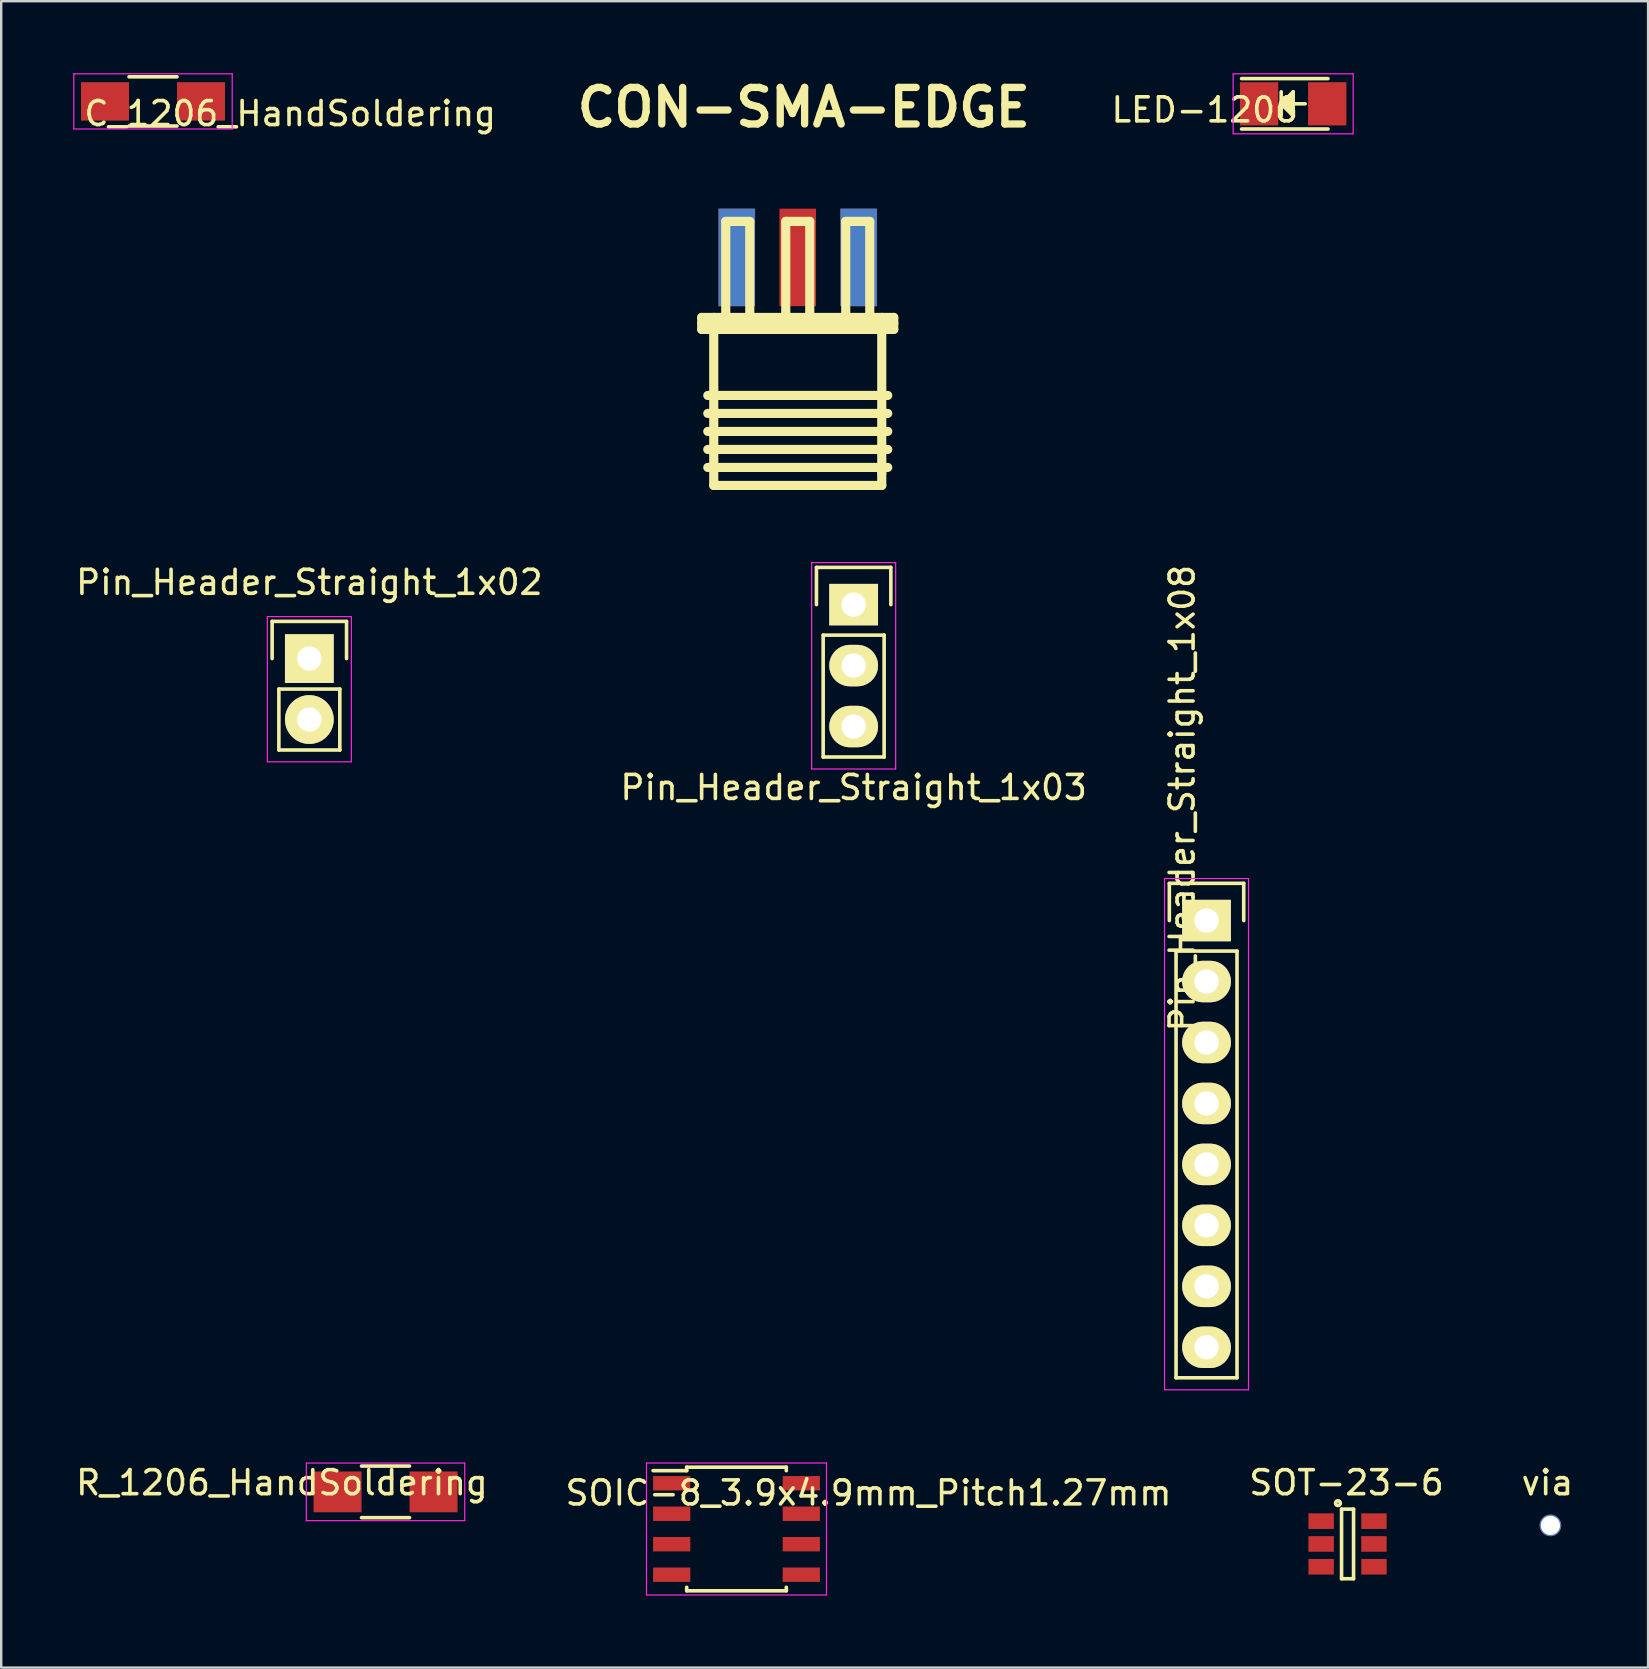
<source format=kicad_pcb>
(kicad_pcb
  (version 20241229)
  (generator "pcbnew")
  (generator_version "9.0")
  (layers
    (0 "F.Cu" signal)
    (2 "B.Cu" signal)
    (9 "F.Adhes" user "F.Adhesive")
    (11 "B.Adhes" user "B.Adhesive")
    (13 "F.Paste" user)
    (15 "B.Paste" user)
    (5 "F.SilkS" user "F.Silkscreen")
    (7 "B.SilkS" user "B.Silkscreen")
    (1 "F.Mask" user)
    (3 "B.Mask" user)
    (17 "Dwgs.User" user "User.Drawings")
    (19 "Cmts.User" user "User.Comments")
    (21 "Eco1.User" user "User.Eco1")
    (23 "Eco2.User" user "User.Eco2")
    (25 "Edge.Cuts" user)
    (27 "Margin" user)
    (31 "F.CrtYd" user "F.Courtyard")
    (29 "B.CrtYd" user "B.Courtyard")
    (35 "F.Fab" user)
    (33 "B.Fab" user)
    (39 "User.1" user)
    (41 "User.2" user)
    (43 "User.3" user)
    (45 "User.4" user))
  (footprint "Pin_Header_Straight_1x03"
    (layer "F.Cu")
    (at 32.518 22.142)
    (property "Reference" "Pin_Header_Straight_1x03" (at 0 7.62 0) (layer "F.SilkS") (effects (font (size 1 1) (thickness 0.15))))
    (attr through_hole)
    (fp_line (start -1.55 -1.55) (end 1.55 -1.55) (stroke (width 0.15) (type solid)) (layer "F.SilkS"))
    (fp_line (start -1.55 0) (end -1.55 -1.55) (stroke (width 0.15) (type solid)) (layer "F.SilkS"))
    (fp_line (start -1.27 1.27) (end -1.27 6.35) (stroke (width 0.15) (type solid)) (layer "F.SilkS"))
    (fp_line (start -1.27 6.35) (end 1.27 6.35) (stroke (width 0.15) (type solid)) (layer "F.SilkS"))
    (fp_line (start 1.27 1.27) (end -1.27 1.27) (stroke (width 0.15) (type solid)) (layer "F.SilkS"))
    (fp_line (start 1.27 6.35) (end 1.27 1.27) (stroke (width 0.15) (type solid)) (layer "F.SilkS"))
    (fp_line (start 1.55 -1.55) (end 1.55 0) (stroke (width 0.15) (type solid)) (layer "F.SilkS"))
    (fp_line (start -1.75 -1.75) (end -1.75 6.85) (stroke (width 0.05) (type solid)) (layer "F.CrtYd"))
    (fp_line (start -1.75 -1.75) (end 1.75 -1.75) (stroke (width 0.05) (type solid)) (layer "F.CrtYd"))
    (fp_line (start -1.75 6.85) (end 1.75 6.85) (stroke (width 0.05) (type solid)) (layer "F.CrtYd"))
    (fp_line (start 1.75 -1.75) (end 1.75 6.85) (stroke (width 0.05) (type solid)) (layer "F.CrtYd"))
    (pad "1" thru_hole rect (at 0 0) (size 2.032 1.727) (drill 1.016) (layers "*.Cu" "*.Mask" "F.SilkS"))
    (pad "2" thru_hole oval (at 0 2.54) (size 2.032 1.727) (drill 1.016) (layers "*.Cu" "*.Mask" "F.SilkS"))
    (pad "3" thru_hole oval (at 0 5.08) (size 2.032 1.727) (drill 1.016) (layers "*.Cu" "*.Mask" "F.SilkS")))
  (footprint "Pin_Header_Straight_1x08"
    (layer "F.Cu")
    (at 47.221 35.306)
    (property "Reference" "Pin_Header_Straight_1x08" (at -1.016 -5.1 90) (layer "F.SilkS") (effects (font (size 1 1) (thickness 0.15))))
    (attr through_hole)
    (fp_line (start -1.55 -1.55) (end 1.55 -1.55) (stroke (width 0.15) (type solid)) (layer "F.SilkS"))
    (fp_line (start -1.55 0) (end -1.55 -1.55) (stroke (width 0.15) (type solid)) (layer "F.SilkS"))
    (fp_line (start -1.27 19.05) (end -1.27 1.27) (stroke (width 0.15) (type solid)) (layer "F.SilkS"))
    (fp_line (start 1.27 1.27) (end -1.27 1.27) (stroke (width 0.15) (type solid)) (layer "F.SilkS"))
    (fp_line (start 1.27 1.27) (end 1.27 19.05) (stroke (width 0.15) (type solid)) (layer "F.SilkS"))
    (fp_line (start 1.27 19.05) (end -1.27 19.05) (stroke (width 0.15) (type solid)) (layer "F.SilkS"))
    (fp_line (start 1.55 -1.55) (end 1.55 0) (stroke (width 0.15) (type solid)) (layer "F.SilkS"))
    (fp_line (start -1.75 -1.75) (end -1.75 19.55) (stroke (width 0.05) (type solid)) (layer "F.CrtYd"))
    (fp_line (start -1.75 -1.75) (end 1.75 -1.75) (stroke (width 0.05) (type solid)) (layer "F.CrtYd"))
    (fp_line (start -1.75 19.55) (end 1.75 19.55) (stroke (width 0.05) (type solid)) (layer "F.CrtYd"))
    (fp_line (start 1.75 -1.75) (end 1.75 19.55) (stroke (width 0.05) (type solid)) (layer "F.CrtYd"))
    (pad "1" thru_hole rect (at 0 0) (size 2.032 1.727) (drill 1.016) (layers "*.Cu" "*.Mask" "F.SilkS"))
    (pad "2" thru_hole oval (at 0 2.54) (size 2.032 1.727) (drill 1.016) (layers "*.Cu" "*.Mask" "F.SilkS"))
    (pad "3" thru_hole oval (at 0 5.08) (size 2.032 1.727) (drill 1.016) (layers "*.Cu" "*.Mask" "F.SilkS"))
    (pad "4" thru_hole oval (at 0 7.62) (size 2.032 1.727) (drill 1.016) (layers "*.Cu" "*.Mask" "F.SilkS"))
    (pad "5" thru_hole oval (at 0 10.16) (size 2.032 1.727) (drill 1.016) (layers "*.Cu" "*.Mask" "F.SilkS"))
    (pad "6" thru_hole oval (at 0 12.7) (size 2.032 1.727) (drill 1.016) (layers "*.Cu" "*.Mask" "F.SilkS"))
    (pad "7" thru_hole oval (at 0 15.24) (size 2.032 1.727) (drill 1.016) (layers "*.Cu" "*.Mask" "F.SilkS"))
    (pad "8" thru_hole oval (at 0 17.78) (size 2.032 1.727) (drill 1.016) (layers "*.Cu" "*.Mask" "F.SilkS")))
  (footprint "via"
    (layer "F.Cu")
    (at 61.55 60.507)
    (property "Reference" "via" (at -0.127 -1.778 0) (layer "F.SilkS") (effects (font (size 1 1) (thickness 0.15))))
    (attr through_hole)
    (pad "1" thru_hole circle (at 0 0) (size 0.9 0.9) (drill 0.8) (layers "*.Cu")))
  (footprint "Pin_Header_Straight_1x02"
    (layer "F.Cu")
    (at 9.839 24.39)
    (property "Reference" "Pin_Header_Straight_1x02" (at 0 -3.175 0) (layer "F.SilkS") (effects (font (size 1 1) (thickness 0.15))))
    (attr through_hole)
    (fp_line (start -1.55 -1.55) (end 1.55 -1.55) (stroke (width 0.15) (type solid)) (layer "F.SilkS"))
    (fp_line (start -1.55 0) (end -1.55 -1.55) (stroke (width 0.15) (type solid)) (layer "F.SilkS"))
    (fp_line (start -1.27 1.27) (end -1.27 3.81) (stroke (width 0.15) (type solid)) (layer "F.SilkS"))
    (fp_line (start -1.27 3.81) (end 1.27 3.81) (stroke (width 0.15) (type solid)) (layer "F.SilkS"))
    (fp_line (start 1.27 1.27) (end -1.27 1.27) (stroke (width 0.15) (type solid)) (layer "F.SilkS"))
    (fp_line (start 1.27 1.27) (end 1.27 3.81) (stroke (width 0.15) (type solid)) (layer "F.SilkS"))
    (fp_line (start 1.55 -1.55) (end 1.55 0) (stroke (width 0.15) (type solid)) (layer "F.SilkS"))
    (fp_line (start -1.75 -1.75) (end -1.75 4.3) (stroke (width 0.05) (type solid)) (layer "F.CrtYd"))
    (fp_line (start -1.75 -1.75) (end 1.75 -1.75) (stroke (width 0.05) (type solid)) (layer "F.CrtYd"))
    (fp_line (start -1.75 4.3) (end 1.75 4.3) (stroke (width 0.05) (type solid)) (layer "F.CrtYd"))
    (fp_line (start 1.75 -1.75) (end 1.75 4.3) (stroke (width 0.05) (type solid)) (layer "F.CrtYd"))
    (pad "1" thru_hole rect (at 0 0) (size 2.032 2.032) (drill 1.016) (layers "*.Cu" "*.Mask" "F.SilkS"))
    (pad "2" thru_hole oval (at 0 2.54) (size 2.032 2.032) (drill 1.016) (layers "*.Cu" "*.Mask" "F.SilkS")))
  (footprint "R_1206_HandSoldering"
    (layer "F.Cu")
    (at 13.014 59.11)
    (property "Reference" "R_1206_HandSoldering" (at -4.318 -0.381 0) (layer "F.SilkS") (effects (font (size 1 1) (thickness 0.15))))
    (attr smd)
    (fp_line (start -1 -1.075) (end 1 -1.075) (stroke (width 0.15) (type solid)) (layer "F.SilkS"))
    (fp_line (start 1 1.075) (end -1 1.075) (stroke (width 0.15) (type solid)) (layer "F.SilkS"))
    (fp_line (start -3.3 -1.2) (end -3.3 1.2) (stroke (width 0.05) (type solid)) (layer "F.CrtYd"))
    (fp_line (start -3.3 -1.2) (end 3.3 -1.2) (stroke (width 0.05) (type solid)) (layer "F.CrtYd"))
    (fp_line (start -3.3 1.2) (end 3.3 1.2) (stroke (width 0.05) (type solid)) (layer "F.CrtYd"))
    (fp_line (start 3.3 -1.2) (end 3.3 1.2) (stroke (width 0.05) (type solid)) (layer "F.CrtYd"))
    (pad "1" smd rect (at -2 0) (size 2 1.7) (layers "F.Cu" "F.Mask" "F.Paste"))
    (pad "2" smd rect (at 2 0) (size 2 1.7) (layers "F.Cu" "F.Mask" "F.Paste")))
  (footprint "CON-SMA-EDGE"
    (layer "F.Cu")
    (at 30.189 7.676)
    (property "Reference" "CON-SMA-EDGE" (at 0.25 -6.25 0) (layer "F.SilkS") (effects (font (size 1.524 1.524) (thickness 0.305))))
    (attr through_hole)
    (fp_line (start -4 2.499) (end 4 2.499) (stroke (width 0.381) (type solid)) (layer "F.SilkS"))
    (fp_line (start -4 3) (end -4 2.499) (stroke (width 0.381) (type solid)) (layer "F.SilkS"))
    (fp_line (start -4 3) (end 4 3) (stroke (width 0.381) (type solid)) (layer "F.SilkS"))
    (fp_line (start -3.749 5.751) (end 3.749 5.751) (stroke (width 0.381) (type solid)) (layer "F.SilkS"))
    (fp_line (start -3.749 8.001) (end 3.749 8.001) (stroke (width 0.381) (type solid)) (layer "F.SilkS"))
    (fp_line (start -3.5 9.5) (end -3.5 2.499) (stroke (width 0.381) (type solid)) (layer "F.SilkS"))
    (fp_line (start -3.5 9.5) (end 3.5 9.5) (stroke (width 0.381) (type solid)) (layer "F.SilkS"))
    (fp_line (start -3 -1.501) (end -1.999 -1.501) (stroke (width 0.381) (type solid)) (layer "F.SilkS"))
    (fp_line (start -3 2.499) (end -3 -1.501) (stroke (width 0.381) (type solid)) (layer "F.SilkS"))
    (fp_line (start -1.999 -1.501) (end -1.999 2.499) (stroke (width 0.381) (type solid)) (layer "F.SilkS"))
    (fp_line (start -0.5 -1.501) (end 0.5 -1.501) (stroke (width 0.381) (type solid)) (layer "F.SilkS"))
    (fp_line (start -0.5 2.499) (end -0.5 -1.501) (stroke (width 0.381) (type solid)) (layer "F.SilkS"))
    (fp_line (start 0.5 -1.501) (end 0.5 2.499) (stroke (width 0.381) (type solid)) (layer "F.SilkS"))
    (fp_line (start 1.999 -1.501) (end 3 -1.501) (stroke (width 0.381) (type solid)) (layer "F.SilkS"))
    (fp_line (start 1.999 2.499) (end 1.999 -1.501) (stroke (width 0.381) (type solid)) (layer "F.SilkS"))
    (fp_line (start 3 -1.501) (end 3 2.499) (stroke (width 0.381) (type solid)) (layer "F.SilkS"))
    (fp_line (start 3.5 2.499) (end 3.5 8.999) (stroke (width 0.381) (type solid)) (layer "F.SilkS"))
    (fp_line (start 3.5 9.5) (end 3.5 8.999) (stroke (width 0.381) (type solid)) (layer "F.SilkS"))
    (fp_line (start 3.749 6.5) (end -3.749 6.5) (stroke (width 0.381) (type solid)) (layer "F.SilkS"))
    (fp_line (start 3.749 7.249) (end -3.749 7.249) (stroke (width 0.381) (type solid)) (layer "F.SilkS"))
    (fp_line (start 3.749 8.75) (end -3.749 8.75) (stroke (width 0.381) (type solid)) (layer "F.SilkS"))
    (fp_line (start 4 2.751) (end -4 2.751) (stroke (width 0.381) (type solid)) (layer "F.SilkS"))
    (fp_line (start 4 3) (end 4 2.499) (stroke (width 0.381) (type solid)) (layer "F.SilkS"))
    (pad "1" smd rect (at 0 0) (size 1.524 4.064) (layers "F.Cu" "F.Mask" "F.Paste"))
    (pad "2" smd rect (at -2.54 0) (size 1.524 4.064) (layers "F.Cu" "F.Mask" "F.Paste"))
    (pad "2" smd rect (at -2.54 0) (size 1.524 4.064) (layers "B.Cu"))
    (pad "2" smd rect (at 2.54 0) (size 1.524 4.064) (layers "F.Cu" "F.Mask" "F.Paste"))
    (pad "2" smd rect (at 2.54 0) (size 1.524 4.064) (layers "B.Cu")))
  (footprint "SOIC-8_3.9x4.9mm_Pitch1.27mm"
    (layer "F.Cu")
    (at 27.637 60.656)
    (property "Reference" "SOIC-8_3.9x4.9mm_Pitch1.27mm" (at 5.5 -1.5 0) (layer "F.SilkS") (effects (font (size 1 1) (thickness 0.15))))
    (attr smd)
    (fp_line (start -2.075 -2.575) (end -2.075 -2.43) (stroke (width 0.15) (type solid)) (layer "F.SilkS"))
    (fp_line (start -2.075 -2.575) (end 2.075 -2.575) (stroke (width 0.15) (type solid)) (layer "F.SilkS"))
    (fp_line (start -2.075 -2.43) (end -3.475 -2.43) (stroke (width 0.15) (type solid)) (layer "F.SilkS"))
    (fp_line (start -2.075 2.575) (end -2.075 2.43) (stroke (width 0.15) (type solid)) (layer "F.SilkS"))
    (fp_line (start -2.075 2.575) (end 2.075 2.575) (stroke (width 0.15) (type solid)) (layer "F.SilkS"))
    (fp_line (start 2.075 -2.575) (end 2.075 -2.43) (stroke (width 0.15) (type solid)) (layer "F.SilkS"))
    (fp_line (start 2.075 2.575) (end 2.075 2.43) (stroke (width 0.15) (type solid)) (layer "F.SilkS"))
    (fp_line (start -3.75 -2.75) (end -3.75 2.75) (stroke (width 0.05) (type solid)) (layer "F.CrtYd"))
    (fp_line (start -3.75 -2.75) (end 3.75 -2.75) (stroke (width 0.05) (type solid)) (layer "F.CrtYd"))
    (fp_line (start -3.75 2.75) (end 3.75 2.75) (stroke (width 0.05) (type solid)) (layer "F.CrtYd"))
    (fp_line (start 3.75 -2.75) (end 3.75 2.75) (stroke (width 0.05) (type solid)) (layer "F.CrtYd"))
    (pad "1" smd rect (at -2.7 -1.905) (size 1.55 0.6) (layers "F.Cu" "F.Mask" "F.Paste"))
    (pad "2" smd rect (at -2.7 -0.635) (size 1.55 0.6) (layers "F.Cu" "F.Mask" "F.Paste"))
    (pad "3" smd rect (at -2.7 0.635) (size 1.55 0.6) (layers "F.Cu" "F.Mask" "F.Paste"))
    (pad "4" smd rect (at -2.7 1.905) (size 1.55 0.6) (layers "F.Cu" "F.Mask" "F.Paste"))
    (pad "5" smd rect (at 2.7 1.905) (size 1.55 0.6) (layers "F.Cu" "F.Mask" "F.Paste"))
    (pad "6" smd rect (at 2.7 0.635) (size 1.55 0.6) (layers "F.Cu" "F.Mask" "F.Paste"))
    (pad "7" smd rect (at 2.7 -0.635) (size 1.55 0.6) (layers "F.Cu" "F.Mask" "F.Paste"))
    (pad "8" smd rect (at 2.7 -1.905) (size 1.55 0.6) (layers "F.Cu" "F.Mask" "F.Paste")))
  (footprint "LED-1206"
    (layer "F.Cu")
    (at 50.831 1.275)
    (property "Reference" "LED-1206" (at -3.683 0.254 0) (layer "F.SilkS") (effects (font (size 1 1) (thickness 0.15))))
    (attr smd)
    (fp_line (start -2.15 -1.05) (end 1.45 -1.05) (stroke (width 0.15) (type solid)) (layer "F.SilkS"))
    (fp_line (start -2.15 1.05) (end 1.45 1.05) (stroke (width 0.15) (type solid)) (layer "F.SilkS"))
    (fp_line (start -0.5 -0.5) (end -0.5 0.5) (stroke (width 0.15) (type solid)) (layer "F.SilkS"))
    (fp_line (start -0.5 0) (end 0 -0.5) (stroke (width 0.15) (type solid)) (layer "F.SilkS"))
    (fp_line (start -0.4 0) (end -0.2 -0.2) (stroke (width 0.15) (type solid)) (layer "F.SilkS"))
    (fp_line (start -0.2 -0.2) (end -0.2 0.05) (stroke (width 0.15) (type solid)) (layer "F.SilkS"))
    (fp_line (start -0.2 0.05) (end -0.25 0) (stroke (width 0.15) (type solid)) (layer "F.SilkS"))
    (fp_line (start -0.1 -0.3) (end -0.1 0.3) (stroke (width 0.15) (type solid)) (layer "F.SilkS"))
    (fp_line (start -0.1 0.3) (end -0.4 0) (stroke (width 0.15) (type solid)) (layer "F.SilkS"))
    (fp_line (start 0 -0.5) (end 0 0.5) (stroke (width 0.15) (type solid)) (layer "F.SilkS"))
    (fp_line (start 0 0) (end 0.5 0) (stroke (width 0.15) (type solid)) (layer "F.SilkS"))
    (fp_line (start 0 0.5) (end -0.5 0) (stroke (width 0.15) (type solid)) (layer "F.SilkS"))
    (fp_line (start -2.5 -1.25) (end -2.5 1.25) (stroke (width 0.05) (type solid)) (layer "F.CrtYd"))
    (fp_line (start -2.5 1.25) (end 2.5 1.25) (stroke (width 0.05) (type solid)) (layer "F.CrtYd"))
    (fp_line (start 2.5 -1.25) (end -2.5 -1.25) (stroke (width 0.05) (type solid)) (layer "F.CrtYd"))
    (fp_line (start 2.5 1.25) (end 2.5 -1.25) (stroke (width 0.05) (type solid)) (layer "F.CrtYd"))
    (pad "1" smd rect (at -1.42 0 180) (size 1.598 1.801) (layers "F.Cu" "F.Mask" "F.Paste"))
    (pad "2" smd rect (at 1.42 0 180) (size 1.598 1.801) (layers "F.Cu" "F.Mask" "F.Paste")))
  (footprint "SOT-23-6"
    (layer "F.Cu")
    (at 53.097 61.28)
    (property "Reference" "SOT-23-6" (at -0.043 -2.551 0) (layer "F.SilkS") (effects (font (size 1 1) (thickness 0.15))))
    (attr smd)
    (fp_line (start -0.25 -1.45) (end -0.25 1.45) (stroke (width 0.15) (type solid)) (layer "F.SilkS"))
    (fp_line (start -0.25 1.45) (end 0.25 1.45) (stroke (width 0.15) (type solid)) (layer "F.SilkS"))
    (fp_line (start 0.25 -1.45) (end -0.25 -1.45) (stroke (width 0.15) (type solid)) (layer "F.SilkS"))
    (fp_line (start 0.25 1.45) (end 0.25 -1.45) (stroke (width 0.15) (type solid)) (layer "F.SilkS"))
    (fp_circle (center -0.4 -1.7) (end -0.3 -1.7) (stroke (width 0.15) (type solid)) (fill no) (layer "F.SilkS"))
    (pad "1" smd rect (at -1.1 -0.95) (size 1.06 0.65) (layers "F.Cu" "F.Mask" "F.Paste"))
    (pad "2" smd rect (at -1.1 0) (size 1.06 0.65) (layers "F.Cu" "F.Mask" "F.Paste"))
    (pad "3" smd rect (at -1.1 0.95) (size 1.06 0.65) (layers "F.Cu" "F.Mask" "F.Paste"))
    (pad "4" smd rect (at 1.1 0.95) (size 1.06 0.65) (layers "F.Cu" "F.Mask" "F.Paste"))
    (pad "5" smd rect (at 1.1 0) (size 1.06 0.65) (layers "F.Cu" "F.Mask" "F.Paste"))
    (pad "6" smd rect (at 1.1 -0.95) (size 1.06 0.65) (layers "F.Cu" "F.Mask" "F.Paste")))
  (footprint "C_1206_HandSoldering"
    (layer "F.Cu")
    (at 3.325 1.175)
    (property "Reference" "C_1206_HandSoldering" (at 5.715 0.508 0) (layer "F.SilkS") (effects (font (size 1 1) (thickness 0.15))))
    (attr smd)
    (fp_line (start -1 1.025) (end 1 1.025) (stroke (width 0.15) (type solid)) (layer "F.SilkS"))
    (fp_line (start 1 -1.025) (end -1 -1.025) (stroke (width 0.15) (type solid)) (layer "F.SilkS"))
    (fp_line (start -3.3 -1.15) (end -3.3 1.15) (stroke (width 0.05) (type solid)) (layer "F.CrtYd"))
    (fp_line (start -3.3 -1.15) (end 3.3 -1.15) (stroke (width 0.05) (type solid)) (layer "F.CrtYd"))
    (fp_line (start -3.3 1.15) (end 3.3 1.15) (stroke (width 0.05) (type solid)) (layer "F.CrtYd"))
    (fp_line (start 3.3 -1.15) (end 3.3 1.15) (stroke (width 0.05) (type solid)) (layer "F.CrtYd"))
    (pad "1" smd rect (at -2 0) (size 2 1.6) (layers "F.Cu" "F.Mask" "F.Paste"))
    (pad "2" smd rect (at 2 0) (size 2 1.6) (layers "F.Cu" "F.Mask" "F.Paste")))
  (gr_rect
    (start -3 -3)
    (end 65.619 66.431)
    (stroke (width 0.1) (type default))
    (fill no)
    (layer "Edge.Cuts")))
</source>
